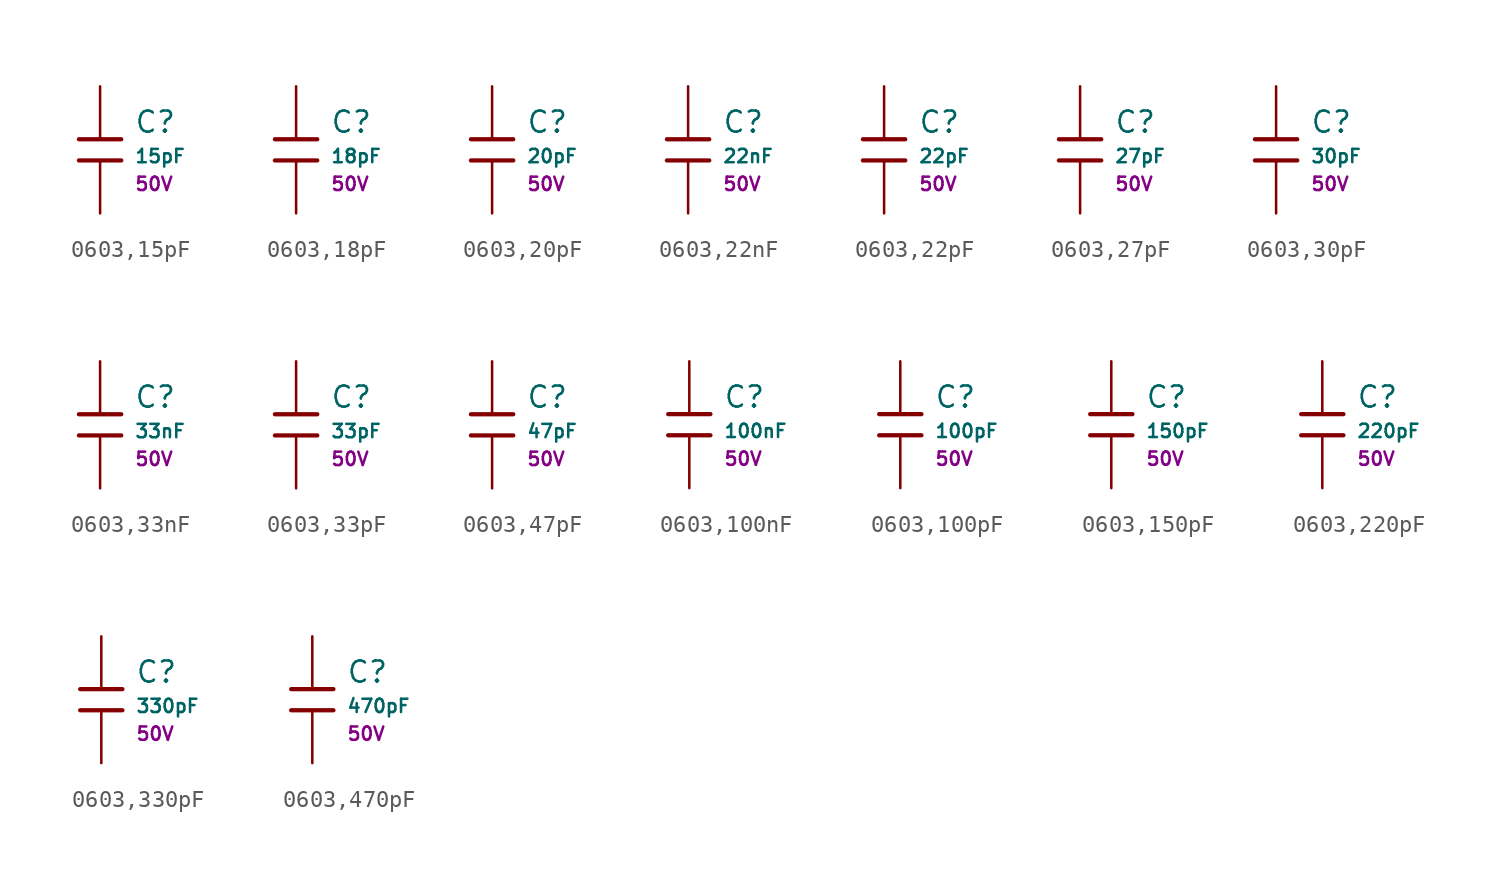
<source format=kicad_sym>
(kicad_symbol_lib
  (version 20241209)
  (generator "kicad_symbol_editor")
  (generator_version "9.0")
  (symbol "0603,15pF"
    (pin_numbers
      (hide yes))
    (pin_names
      (offset 0))
    (property "Reference" "C"
      (at 2.032 1.668 0)
      (effects (font (size 1.27 1.27)) (justify left)))
    (property "Value" "15pF"
      (at 2.032 -0.378 0)
      (effects (font (size 0.8 0.8)) (justify left)))
    (property "Voltage Rated" "50V"
      (at 2.032 -2.046 0)
      (effects (font (size 0.8 0.8)) (justify left)))
    (symbol "0603,15pF_0_1"
      (polyline (pts (xy -1.27 0.635) (xy 1.27 0.635)) (stroke (width 0.254) (type default)) (fill (type none)))
      (polyline (pts (xy -1.27 -0.635) (xy 1.27 -0.635)) (stroke (width 0.254) (type default)) (fill (type none))))
    (symbol "0603,15pF_1_1"
      (pin passive line (at 0 3.81 270) (length 3.175) (name "~" (effects (font (size 1.27 1.27)))) (number "1" (effects (font (size 1.27 1.27)))))
      (pin passive line (at 0 -3.81 90) (length 3.175) (name "~" (effects (font (size 1.27 1.27)))) (number "2" (effects (font (size 1.27 1.27)))))))
  (symbol "0603,18pF"
    (pin_numbers
      (hide yes))
    (pin_names
      (offset 0))
    (property "Reference" "C"
      (at 2.032 1.668 0)
      (effects (font (size 1.27 1.27)) (justify left)))
    (property "Value" "18pF"
      (at 2.032 -0.378 0)
      (effects (font (size 0.8 0.8)) (justify left)))
    (property "Voltage Rated" "50V"
      (at 2.032 -2.046 0)
      (effects (font (size 0.8 0.8)) (justify left)))
    (symbol "0603,18pF_0_1"
      (polyline (pts (xy -1.27 0.635) (xy 1.27 0.635)) (stroke (width 0.254) (type default)) (fill (type none)))
      (polyline (pts (xy -1.27 -0.635) (xy 1.27 -0.635)) (stroke (width 0.254) (type default)) (fill (type none))))
    (symbol "0603,18pF_1_1"
      (pin passive line (at 0 3.81 270) (length 3.175) (name "~" (effects (font (size 1.27 1.27)))) (number "1" (effects (font (size 1.27 1.27)))))
      (pin passive line (at 0 -3.81 90) (length 3.175) (name "~" (effects (font (size 1.27 1.27)))) (number "2" (effects (font (size 1.27 1.27)))))))
  (symbol "0603,20pF"
    (pin_numbers
      (hide yes))
    (pin_names
      (offset 0))
    (property "Reference" "C"
      (at 2.032 1.668 0)
      (effects (font (size 1.27 1.27)) (justify left)))
    (property "Value" "20pF"
      (at 2.032 -0.378 0)
      (effects (font (size 0.8 0.8)) (justify left)))
    (property "Voltage Rated" "50V"
      (at 2.032 -2.046 0)
      (effects (font (size 0.8 0.8)) (justify left)))
    (symbol "0603,20pF_0_1"
      (polyline (pts (xy -1.27 0.635) (xy 1.27 0.635)) (stroke (width 0.254) (type default)) (fill (type none)))
      (polyline (pts (xy -1.27 -0.635) (xy 1.27 -0.635)) (stroke (width 0.254) (type default)) (fill (type none))))
    (symbol "0603,20pF_1_1"
      (pin passive line (at 0 3.81 270) (length 3.175) (name "~" (effects (font (size 1.27 1.27)))) (number "1" (effects (font (size 1.27 1.27)))))
      (pin passive line (at 0 -3.81 90) (length 3.175) (name "~" (effects (font (size 1.27 1.27)))) (number "2" (effects (font (size 1.27 1.27)))))))
  (symbol "0603,22nF"
    (pin_numbers
      (hide yes))
    (pin_names
      (offset 0))
    (property "Reference" "C"
      (at 2.032 1.668 0)
      (effects (font (size 1.27 1.27)) (justify left)))
    (property "Value" "22nF"
      (at 2.032 -0.378 0)
      (effects (font (size 0.8 0.8)) (justify left)))
    (property "Voltage Rated" "50V"
      (at 2.032 -2.046 0)
      (effects (font (size 0.8 0.8)) (justify left)))
    (symbol "0603,22nF_0_1"
      (polyline (pts (xy -1.27 0.635) (xy 1.27 0.635)) (stroke (width 0.254) (type default)) (fill (type none)))
      (polyline (pts (xy -1.27 -0.635) (xy 1.27 -0.635)) (stroke (width 0.254) (type default)) (fill (type none))))
    (symbol "0603,22nF_1_1"
      (pin passive line (at 0 3.81 270) (length 3.175) (name "~" (effects (font (size 1.27 1.27)))) (number "1" (effects (font (size 1.27 1.27)))))
      (pin passive line (at 0 -3.81 90) (length 3.175) (name "~" (effects (font (size 1.27 1.27)))) (number "2" (effects (font (size 1.27 1.27)))))))
  (symbol "0603,22pF"
    (pin_numbers
      (hide yes))
    (pin_names
      (offset 0))
    (property "Reference" "C"
      (at 2.032 1.668 0)
      (effects (font (size 1.27 1.27)) (justify left)))
    (property "Value" "22pF"
      (at 2.032 -0.378 0)
      (effects (font (size 0.8 0.8)) (justify left)))
    (property "Voltage Rated" "50V"
      (at 2.032 -2.046 0)
      (effects (font (size 0.8 0.8)) (justify left)))
    (symbol "0603,22pF_0_1"
      (polyline (pts (xy -1.27 0.635) (xy 1.27 0.635)) (stroke (width 0.254) (type default)) (fill (type none)))
      (polyline (pts (xy -1.27 -0.635) (xy 1.27 -0.635)) (stroke (width 0.254) (type default)) (fill (type none))))
    (symbol "0603,22pF_1_1"
      (pin passive line (at 0 3.81 270) (length 3.175) (name "~" (effects (font (size 1.27 1.27)))) (number "1" (effects (font (size 1.27 1.27)))))
      (pin passive line (at 0 -3.81 90) (length 3.175) (name "~" (effects (font (size 1.27 1.27)))) (number "2" (effects (font (size 1.27 1.27)))))))
  (symbol "0603,27pF"
    (pin_numbers
      (hide yes))
    (pin_names
      (offset 0))
    (property "Reference" "C"
      (at 2.032 1.668 0)
      (effects (font (size 1.27 1.27)) (justify left)))
    (property "Value" "27pF"
      (at 2.032 -0.378 0)
      (effects (font (size 0.8 0.8)) (justify left)))
    (property "Voltage Rated" "50V"
      (at 2.032 -2.046 0)
      (effects (font (size 0.8 0.8)) (justify left)))
    (symbol "0603,27pF_0_1"
      (polyline (pts (xy -1.27 0.635) (xy 1.27 0.635)) (stroke (width 0.254) (type default)) (fill (type none)))
      (polyline (pts (xy -1.27 -0.635) (xy 1.27 -0.635)) (stroke (width 0.254) (type default)) (fill (type none))))
    (symbol "0603,27pF_1_1"
      (pin passive line (at 0 3.81 270) (length 3.175) (name "~" (effects (font (size 1.27 1.27)))) (number "1" (effects (font (size 1.27 1.27)))))
      (pin passive line (at 0 -3.81 90) (length 3.175) (name "~" (effects (font (size 1.27 1.27)))) (number "2" (effects (font (size 1.27 1.27)))))))
  (symbol "0603,30pF"
    (pin_numbers
      (hide yes))
    (pin_names
      (offset 0))
    (property "Reference" "C"
      (at 2.032 1.668 0)
      (effects (font (size 1.27 1.27)) (justify left)))
    (property "Value" "30pF"
      (at 2.032 -0.378 0)
      (effects (font (size 0.8 0.8)) (justify left)))
    (property "Voltage Rated" "50V"
      (at 2.032 -2.046 0)
      (effects (font (size 0.8 0.8)) (justify left)))
    (symbol "0603,30pF_0_1"
      (polyline (pts (xy -1.27 0.635) (xy 1.27 0.635)) (stroke (width 0.254) (type default)) (fill (type none)))
      (polyline (pts (xy -1.27 -0.635) (xy 1.27 -0.635)) (stroke (width 0.254) (type default)) (fill (type none))))
    (symbol "0603,30pF_1_1"
      (pin passive line (at 0 3.81 270) (length 3.175) (name "~" (effects (font (size 1.27 1.27)))) (number "1" (effects (font (size 1.27 1.27)))))
      (pin passive line (at 0 -3.81 90) (length 3.175) (name "~" (effects (font (size 1.27 1.27)))) (number "2" (effects (font (size 1.27 1.27)))))))
  (symbol "0603,33nF"
    (pin_numbers
      (hide yes))
    (pin_names
      (offset 0))
    (property "Reference" "C"
      (at 2.032 1.668 0)
      (effects (font (size 1.27 1.27)) (justify left)))
    (property "Value" "33nF"
      (at 2.032 -0.378 0)
      (effects (font (size 0.8 0.8)) (justify left)))
    (property "Voltage Rated" "50V"
      (at 2.032 -2.046 0)
      (effects (font (size 0.8 0.8)) (justify left)))
    (symbol "0603,33nF_0_1"
      (polyline (pts (xy -1.27 0.635) (xy 1.27 0.635)) (stroke (width 0.254) (type default)) (fill (type none)))
      (polyline (pts (xy -1.27 -0.635) (xy 1.27 -0.635)) (stroke (width 0.254) (type default)) (fill (type none))))
    (symbol "0603,33nF_1_1"
      (pin passive line (at 0 3.81 270) (length 3.175) (name "~" (effects (font (size 1.27 1.27)))) (number "1" (effects (font (size 1.27 1.27)))))
      (pin passive line (at 0 -3.81 90) (length 3.175) (name "~" (effects (font (size 1.27 1.27)))) (number "2" (effects (font (size 1.27 1.27)))))))
  (symbol "0603,33pF"
    (pin_numbers
      (hide yes))
    (pin_names
      (offset 0))
    (property "Reference" "C"
      (at 2.032 1.668 0)
      (effects (font (size 1.27 1.27)) (justify left)))
    (property "Value" "33pF"
      (at 2.032 -0.378 0)
      (effects (font (size 0.8 0.8)) (justify left)))
    (property "Voltage Rated" "50V"
      (at 2.032 -2.046 0)
      (effects (font (size 0.8 0.8)) (justify left)))
    (symbol "0603,33pF_0_1"
      (polyline (pts (xy -1.27 0.635) (xy 1.27 0.635)) (stroke (width 0.254) (type default)) (fill (type none)))
      (polyline (pts (xy -1.27 -0.635) (xy 1.27 -0.635)) (stroke (width 0.254) (type default)) (fill (type none))))
    (symbol "0603,33pF_1_1"
      (pin passive line (at 0 3.81 270) (length 3.175) (name "~" (effects (font (size 1.27 1.27)))) (number "1" (effects (font (size 1.27 1.27)))))
      (pin passive line (at 0 -3.81 90) (length 3.175) (name "~" (effects (font (size 1.27 1.27)))) (number "2" (effects (font (size 1.27 1.27)))))))
  (symbol "0603,47pF"
    (pin_numbers
      (hide yes))
    (pin_names
      (offset 0))
    (property "Reference" "C"
      (at 2.032 1.668 0)
      (effects (font (size 1.27 1.27)) (justify left)))
    (property "Value" "47pF"
      (at 2.032 -0.378 0)
      (effects (font (size 0.8 0.8)) (justify left)))
    (property "Voltage Rated" "50V"
      (at 2.032 -2.046 0)
      (effects (font (size 0.8 0.8)) (justify left)))
    (symbol "0603,47pF_0_1"
      (polyline (pts (xy -1.27 0.635) (xy 1.27 0.635)) (stroke (width 0.254) (type default)) (fill (type none)))
      (polyline (pts (xy -1.27 -0.635) (xy 1.27 -0.635)) (stroke (width 0.254) (type default)) (fill (type none))))
    (symbol "0603,47pF_1_1"
      (pin passive line (at 0 3.81 270) (length 3.175) (name "~" (effects (font (size 1.27 1.27)))) (number "1" (effects (font (size 1.27 1.27)))))
      (pin passive line (at 0 -3.81 90) (length 3.175) (name "~" (effects (font (size 1.27 1.27)))) (number "2" (effects (font (size 1.27 1.27)))))))
  (symbol "0603,100nF"
    (pin_numbers
      (hide yes))
    (pin_names
      (offset 0))
    (property "Reference" "C"
      (at 2.032 1.668 0)
      (effects (font (size 1.27 1.27)) (justify left)))
    (property "Value" "100nF"
      (at 2.032 -0.378 0)
      (effects (font (size 0.8 0.8)) (justify left)))
    (property "Voltage Rated" "50V"
      (at 2.032 -2.046 0)
      (effects (font (size 0.8 0.8)) (justify left)))
    (symbol "0603,100nF_0_1"
      (polyline (pts (xy -1.27 0.635) (xy 1.27 0.635)) (stroke (width 0.254) (type default)) (fill (type none)))
      (polyline (pts (xy -1.27 -0.635) (xy 1.27 -0.635)) (stroke (width 0.254) (type default)) (fill (type none))))
    (symbol "0603,100nF_1_1"
      (pin passive line (at 0 3.81 270) (length 3.175) (name "~" (effects (font (size 1.27 1.27)))) (number "1" (effects (font (size 1.27 1.27)))))
      (pin passive line (at 0 -3.81 90) (length 3.175) (name "~" (effects (font (size 1.27 1.27)))) (number "2" (effects (font (size 1.27 1.27)))))))
  (symbol "0603,100pF"
    (pin_numbers
      (hide yes))
    (pin_names
      (offset 0))
    (property "Reference" "C"
      (at 2.032 1.668 0)
      (effects (font (size 1.27 1.27)) (justify left)))
    (property "Value" "100pF"
      (at 2.032 -0.378 0)
      (effects (font (size 0.8 0.8)) (justify left)))
    (property "Voltage Rated" "50V"
      (at 2.032 -2.046 0)
      (effects (font (size 0.8 0.8)) (justify left)))
    (symbol "0603,100pF_0_1"
      (polyline (pts (xy -1.27 0.635) (xy 1.27 0.635)) (stroke (width 0.254) (type default)) (fill (type none)))
      (polyline (pts (xy -1.27 -0.635) (xy 1.27 -0.635)) (stroke (width 0.254) (type default)) (fill (type none))))
    (symbol "0603,100pF_1_1"
      (pin passive line (at 0 3.81 270) (length 3.175) (name "~" (effects (font (size 1.27 1.27)))) (number "1" (effects (font (size 1.27 1.27)))))
      (pin passive line (at 0 -3.81 90) (length 3.175) (name "~" (effects (font (size 1.27 1.27)))) (number "2" (effects (font (size 1.27 1.27)))))))
  (symbol "0603,150pF"
    (pin_numbers
      (hide yes))
    (pin_names
      (offset 0))
    (property "Reference" "C"
      (at 2.032 1.668 0)
      (effects (font (size 1.27 1.27)) (justify left)))
    (property "Value" "150pF"
      (at 2.032 -0.378 0)
      (effects (font (size 0.8 0.8)) (justify left)))
    (property "Voltage Rated" "50V"
      (at 2.032 -2.046 0)
      (effects (font (size 0.8 0.8)) (justify left)))
    (symbol "0603,150pF_0_1"
      (polyline (pts (xy -1.27 0.635) (xy 1.27 0.635)) (stroke (width 0.254) (type default)) (fill (type none)))
      (polyline (pts (xy -1.27 -0.635) (xy 1.27 -0.635)) (stroke (width 0.254) (type default)) (fill (type none))))
    (symbol "0603,150pF_1_1"
      (pin passive line (at 0 3.81 270) (length 3.175) (name "~" (effects (font (size 1.27 1.27)))) (number "1" (effects (font (size 1.27 1.27)))))
      (pin passive line (at 0 -3.81 90) (length 3.175) (name "~" (effects (font (size 1.27 1.27)))) (number "2" (effects (font (size 1.27 1.27)))))))
  (symbol "0603,220pF"
    (pin_numbers
      (hide yes))
    (pin_names
      (offset 0))
    (property "Reference" "C"
      (at 2.032 1.668 0)
      (effects (font (size 1.27 1.27)) (justify left)))
    (property "Value" "220pF"
      (at 2.032 -0.378 0)
      (effects (font (size 0.8 0.8)) (justify left)))
    (property "Voltage Rated" "50V"
      (at 2.032 -2.046 0)
      (effects (font (size 0.8 0.8)) (justify left)))
    (symbol "0603,220pF_0_1"
      (polyline (pts (xy -1.27 0.635) (xy 1.27 0.635)) (stroke (width 0.254) (type default)) (fill (type none)))
      (polyline (pts (xy -1.27 -0.635) (xy 1.27 -0.635)) (stroke (width 0.254) (type default)) (fill (type none))))
    (symbol "0603,220pF_1_1"
      (pin passive line (at 0 3.81 270) (length 3.175) (name "~" (effects (font (size 1.27 1.27)))) (number "1" (effects (font (size 1.27 1.27)))))
      (pin passive line (at 0 -3.81 90) (length 3.175) (name "~" (effects (font (size 1.27 1.27)))) (number "2" (effects (font (size 1.27 1.27)))))))
  (symbol "0603,330pF"
    (pin_numbers
      (hide yes))
    (pin_names
      (offset 0))
    (property "Reference" "C"
      (at 2.032 1.668 0)
      (effects (font (size 1.27 1.27)) (justify left)))
    (property "Value" "330pF"
      (at 2.032 -0.378 0)
      (effects (font (size 0.8 0.8)) (justify left)))
    (property "Voltage Rated" "50V"
      (at 2.032 -2.046 0)
      (effects (font (size 0.8 0.8)) (justify left)))
    (symbol "0603,330pF_0_1"
      (polyline (pts (xy -1.27 0.635) (xy 1.27 0.635)) (stroke (width 0.254) (type default)) (fill (type none)))
      (polyline (pts (xy -1.27 -0.635) (xy 1.27 -0.635)) (stroke (width 0.254) (type default)) (fill (type none))))
    (symbol "0603,330pF_1_1"
      (pin passive line (at 0 3.81 270) (length 3.175) (name "~" (effects (font (size 1.27 1.27)))) (number "1" (effects (font (size 1.27 1.27)))))
      (pin passive line (at 0 -3.81 90) (length 3.175) (name "~" (effects (font (size 1.27 1.27)))) (number "2" (effects (font (size 1.27 1.27)))))))
  (symbol "0603,470pF"
    (pin_numbers
      (hide yes))
    (pin_names
      (offset 0))
    (property "Reference" "C"
      (at 2.032 1.668 0)
      (effects (font (size 1.27 1.27)) (justify left)))
    (property "Value" "470pF"
      (at 2.032 -0.378 0)
      (effects (font (size 0.8 0.8)) (justify left)))
    (property "Voltage Rated" "50V"
      (at 2.032 -2.046 0)
      (effects (font (size 0.8 0.8)) (justify left)))
    (symbol "0603,470pF_0_1"
      (polyline (pts (xy -1.27 0.635) (xy 1.27 0.635)) (stroke (width 0.254) (type default)) (fill (type none)))
      (polyline (pts (xy -1.27 -0.635) (xy 1.27 -0.635)) (stroke (width 0.254) (type default)) (fill (type none))))
    (symbol "0603,470pF_1_1"
      (pin passive line (at 0 3.81 270) (length 3.175) (name "~" (effects (font (size 1.27 1.27)))) (number "1" (effects (font (size 1.27 1.27)))))
      (pin passive line (at 0 -3.81 90) (length 3.175) (name "~" (effects (font (size 1.27 1.27)))) (number "2" (effects (font (size 1.27 1.27))))))))
</source>
